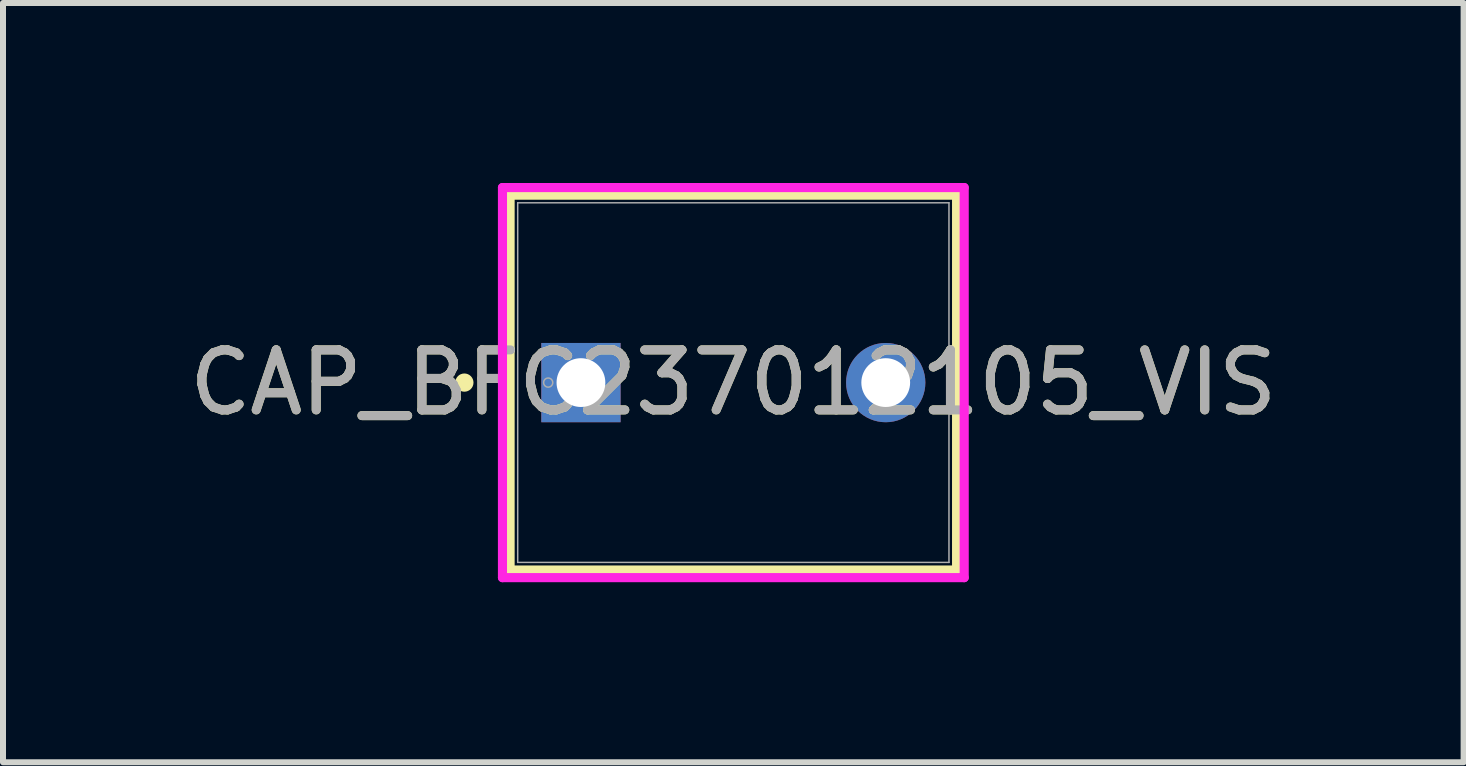
<source format=kicad_pcb>
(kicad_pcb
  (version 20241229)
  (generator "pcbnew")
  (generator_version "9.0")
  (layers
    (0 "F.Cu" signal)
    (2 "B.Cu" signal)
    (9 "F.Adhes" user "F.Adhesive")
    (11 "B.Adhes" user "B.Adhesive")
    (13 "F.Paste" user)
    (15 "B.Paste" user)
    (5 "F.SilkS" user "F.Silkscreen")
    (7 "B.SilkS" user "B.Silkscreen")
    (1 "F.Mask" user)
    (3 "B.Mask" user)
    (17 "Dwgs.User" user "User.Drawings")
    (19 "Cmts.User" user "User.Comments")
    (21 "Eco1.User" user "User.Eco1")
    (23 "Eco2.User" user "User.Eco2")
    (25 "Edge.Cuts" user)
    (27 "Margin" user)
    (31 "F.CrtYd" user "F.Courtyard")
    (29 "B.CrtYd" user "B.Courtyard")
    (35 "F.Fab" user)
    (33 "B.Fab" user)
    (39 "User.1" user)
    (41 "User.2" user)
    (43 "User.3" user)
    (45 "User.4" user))
  (footprint "CAP_BFC237012105_VIS"
    (layer "F.Cu")
    (at 6.633 3.327)
    (property "Reference" "CAP_BFC237012105_VIS" (at 2.54 0 0) (unlocked yes) (layer "F.SilkS") (effects (font (size 1 1) (thickness 0.15))))
    (attr through_hole)
    (fp_line (start -1.181 -3.124) (end -1.181 3.124) (stroke (width 0.152) (type solid)) (layer "F.SilkS"))
    (fp_line (start 6.261 -3.124) (end -1.181 -3.124) (stroke (width 0.152) (type solid)) (layer "F.SilkS"))
    (fp_line (start 6.261 -3.124) (end 6.261 3.124) (stroke (width 0.152) (type solid)) (layer "F.SilkS"))
    (fp_line (start 6.261 3.124) (end -1.181 3.124) (stroke (width 0.152) (type solid)) (layer "F.SilkS"))
    (fp_circle (center -1.943 0) (end -1.867 0) (stroke (width 0.152) (type solid)) (fill no) (layer "F.SilkS"))
    (fp_line (start -1.308 -3.251) (end 6.388 -3.251) (stroke (width 0.152) (type solid)) (layer "F.CrtYd"))
    (fp_line (start -1.308 3.251) (end -1.308 -3.251) (stroke (width 0.152) (type solid)) (layer "F.CrtYd"))
    (fp_line (start 6.388 -3.251) (end 6.388 3.251) (stroke (width 0.152) (type solid)) (layer "F.CrtYd"))
    (fp_line (start 6.388 3.251) (end -1.308 3.251) (stroke (width 0.152) (type solid)) (layer "F.CrtYd"))
    (fp_line (start -1.054 -2.997) (end -1.054 2.997) (stroke (width 0.025) (type solid)) (layer "F.Fab"))
    (fp_line (start 6.134 -2.997) (end -1.054 -2.997) (stroke (width 0.025) (type solid)) (layer "F.Fab"))
    (fp_line (start 6.134 -2.997) (end 6.134 2.997) (stroke (width 0.025) (type solid)) (layer "F.Fab"))
    (fp_line (start 6.134 2.997) (end -1.054 2.997) (stroke (width 0.025) (type solid)) (layer "F.Fab"))
    (fp_circle (center -0.546 0) (end -0.47 0) (stroke (width 0.025) (type solid)) (fill no) (layer "F.Fab"))
    (fp_text user "${REFERENCE}" (at 2.54 0 0) (unlocked yes) (layer "F.Fab") (effects (font (size 1 1) (thickness 0.15))))
    (pad "1" thru_hole rect (at 0 0) (size 1.321 1.321) (drill 0.813) (layers "*.Cu" "*.Mask"))
    (pad "2" thru_hole circle (at 5.08 0) (size 1.321 1.321) (drill 0.813) (layers "*.Cu" "*.Mask")))
  (gr_rect
    (start -3 -3)
    (end 21.345 9.655)
    (stroke (width 0.1) (type default))
    (fill no)
    (layer "Edge.Cuts")))
</source>
